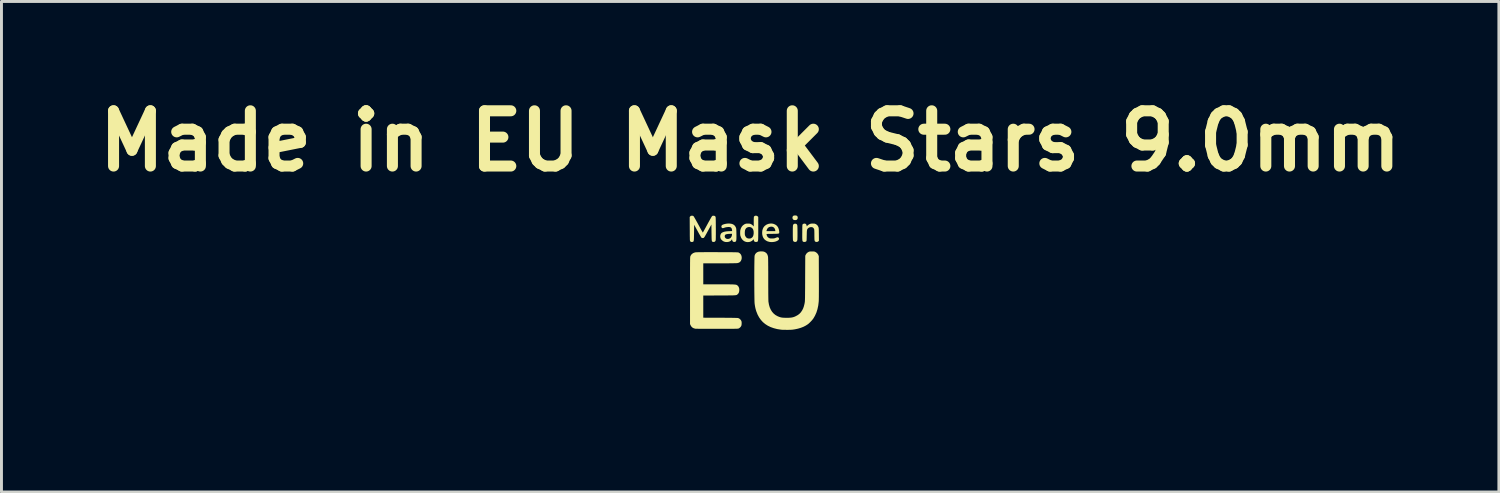
<source format=kicad_pcb>
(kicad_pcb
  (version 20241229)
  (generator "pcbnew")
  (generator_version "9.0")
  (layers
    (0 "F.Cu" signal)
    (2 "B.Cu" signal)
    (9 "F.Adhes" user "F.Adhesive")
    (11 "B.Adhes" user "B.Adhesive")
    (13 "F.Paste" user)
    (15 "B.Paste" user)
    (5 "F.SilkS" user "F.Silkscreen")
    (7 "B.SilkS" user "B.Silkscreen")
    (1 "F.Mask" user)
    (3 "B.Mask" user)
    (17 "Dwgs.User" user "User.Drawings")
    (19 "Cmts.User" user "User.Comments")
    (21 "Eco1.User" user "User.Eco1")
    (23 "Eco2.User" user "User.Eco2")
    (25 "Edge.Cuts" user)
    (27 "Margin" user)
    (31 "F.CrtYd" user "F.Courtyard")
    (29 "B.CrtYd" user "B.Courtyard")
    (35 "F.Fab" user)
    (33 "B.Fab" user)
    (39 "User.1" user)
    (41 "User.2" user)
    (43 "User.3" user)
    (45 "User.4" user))
  (footprint "Made in EU Mask Stars 9.0mm"
    (layer "F.Cu")
    (at 22.547 6.263)
    (property "Reference" "Made in EU Mask Stars 9.0mm" (at 0 -4.5 180) (layer "F.SilkS") (effects (font (size 1.885 1.885) (thickness 0.376))))
    (attr board_only exclude_from_pos_files exclude_from_bom)
    (fp_poly (pts (xy 3.308 -2.56) (xy 3.308 -2.559) (xy 3.311 -2.55) (xy 3.317 -2.531) (xy 3.327 -2.501) (xy 3.339 -2.463) (xy 3.354 -2.418) (xy 3.37 -2.368) (xy 3.387 -2.314) (xy 3.389 -2.308) (xy 3.467 -2.067) (xy 3.734 -2.063) (xy 4 -2.06) (xy 3.785 -1.906) (xy 3.738 -1.872) (xy 3.694 -1.841) (xy 3.656 -1.812) (xy 3.623 -1.788) (xy 3.597 -1.769) (xy 3.579 -1.756) (xy 3.571 -1.749) (xy 3.571 -1.749) (xy 3.573 -1.742) (xy 3.578 -1.723) (xy 3.587 -1.695) (xy 3.599 -1.658) (xy 3.613 -1.614) (xy 3.629 -1.565) (xy 3.647 -1.511) (xy 3.65 -1.501) (xy 3.668 -1.446) (xy 3.684 -1.396) (xy 3.698 -1.351) (xy 3.71 -1.313) (xy 3.719 -1.283) (xy 3.725 -1.263) (xy 3.727 -1.254) (xy 3.727 -1.254) (xy 3.722 -1.257) (xy 3.707 -1.268) (xy 3.683 -1.284) (xy 3.652 -1.306) (xy 3.615 -1.333) (xy 3.573 -1.363) (xy 3.527 -1.397) (xy 3.515 -1.405) (xy 3.305 -1.559) (xy 3.104 -1.412) (xy 3.049 -1.372) (xy 3.003 -1.338) (xy 2.967 -1.312) (xy 2.938 -1.291) (xy 2.917 -1.276) (xy 2.901 -1.266) (xy 2.891 -1.259) (xy 2.885 -1.257) (xy 2.882 -1.257) (xy 2.882 -1.259) (xy 2.883 -1.263) (xy 2.883 -1.264) (xy 2.905 -1.329) (xy 2.926 -1.395) (xy 2.946 -1.458) (xy 2.966 -1.519) (xy 2.983 -1.575) (xy 2.999 -1.626) (xy 3.012 -1.67) (xy 3.023 -1.706) (xy 3.031 -1.733) (xy 3.035 -1.75) (xy 3.035 -1.755) (xy 3.029 -1.759) (xy 3.013 -1.771) (xy 2.988 -1.789) (xy 2.956 -1.811) (xy 2.918 -1.839) (xy 2.876 -1.869) (xy 2.829 -1.902) (xy 2.82 -1.909) (xy 2.61 -2.06) (xy 2.876 -2.062) (xy 3.141 -2.063) (xy 3.199 -2.242) (xy 3.222 -2.316) (xy 3.242 -2.377) (xy 3.259 -2.428) (xy 3.272 -2.468) (xy 3.283 -2.5) (xy 3.291 -2.524) (xy 3.297 -2.541) (xy 3.301 -2.552) (xy 3.305 -2.559) (xy 3.307 -2.561)) (stroke (width 0) (type solid)) (fill yes) (layer "F.Mask"))
    (fp_poly (pts (xy 0.009 3.171) (xy 0.015 3.19) (xy 0.024 3.22) (xy 0.036 3.258) (xy 0.051 3.303) (xy 0.067 3.353) (xy 0.084 3.407) (xy 0.087 3.416) (xy 0.165 3.661) (xy 0.429 3.664) (xy 0.693 3.668) (xy 0.495 3.809) (xy 0.449 3.842) (xy 0.406 3.873) (xy 0.368 3.901) (xy 0.335 3.925) (xy 0.309 3.944) (xy 0.291 3.957) (xy 0.283 3.963) (xy 0.268 3.976) (xy 0.345 4.217) (xy 0.363 4.271) (xy 0.379 4.322) (xy 0.394 4.367) (xy 0.406 4.406) (xy 0.416 4.437) (xy 0.423 4.457) (xy 0.426 4.467) (xy 0.426 4.467) (xy 0.426 4.473) (xy 0.42 4.47) (xy 0.411 4.463) (xy 0.393 4.45) (xy 0.367 4.431) (xy 0.335 4.408) (xy 0.299 4.381) (xy 0.259 4.352) (xy 0.218 4.323) (xy 0.177 4.293) (xy 0.138 4.264) (xy 0.101 4.237) (xy 0.068 4.214) (xy 0.041 4.194) (xy 0.022 4.18) (xy 0.011 4.172) (xy 0.009 4.171) (xy 0.003 4.174) (xy -0.013 4.184) (xy -0.037 4.2) (xy -0.068 4.221) (xy -0.104 4.245) (xy -0.143 4.273) (xy -0.185 4.303) (xy -0.228 4.333) (xy -0.271 4.364) (xy -0.311 4.393) (xy -0.349 4.421) (xy -0.382 4.445) (xy -0.409 4.466) (xy -0.415 4.471) (xy -0.422 4.474) (xy -0.421 4.468) (xy -0.421 4.468) (xy -0.418 4.459) (xy -0.412 4.439) (xy -0.402 4.411) (xy -0.39 4.374) (xy -0.377 4.332) (xy -0.362 4.287) (xy -0.347 4.239) (xy -0.331 4.191) (xy -0.317 4.145) (xy -0.303 4.102) (xy -0.291 4.064) (xy -0.281 4.033) (xy -0.274 4.011) (xy -0.271 4.001) (xy -0.262 3.973) (xy -0.477 3.819) (xy -0.692 3.664) (xy -0.427 3.664) (xy -0.162 3.664) (xy -0.114 3.515) (xy -0.097 3.464) (xy -0.08 3.41) (xy -0.063 3.356) (xy -0.047 3.306) (xy -0.033 3.265) (xy -0.032 3.259) (xy -0.02 3.225) (xy -0.01 3.196) (xy -0.002 3.175) (xy 0.004 3.163) (xy 0.006 3.162)) (stroke (width 0) (type solid)) (fill yes) (layer "F.Mask"))
    (fp_poly (pts (xy -1.849 -3.791) (xy -1.833 -3.741) (xy -1.816 -3.689) (xy -1.8 -3.639) (xy -1.786 -3.595) (xy -1.774 -3.558) (xy -1.768 -3.539) (xy -1.741 -3.457) (xy -1.475 -3.455) (xy -1.209 -3.453) (xy -1.4 -3.316) (xy -1.446 -3.284) (xy -1.489 -3.252) (xy -1.528 -3.224) (xy -1.562 -3.2) (xy -1.589 -3.18) (xy -1.607 -3.167) (xy -1.615 -3.161) (xy -1.64 -3.142) (xy -1.56 -2.896) (xy -1.543 -2.841) (xy -1.527 -2.791) (xy -1.512 -2.746) (xy -1.501 -2.707) (xy -1.492 -2.677) (xy -1.486 -2.657) (xy -1.483 -2.648) (xy -1.483 -2.648) (xy -1.489 -2.651) (xy -1.504 -2.661) (xy -1.528 -2.678) (xy -1.559 -2.7) (xy -1.596 -2.726) (xy -1.638 -2.757) (xy -1.683 -2.79) (xy -1.688 -2.794) (xy -1.734 -2.827) (xy -1.777 -2.858) (xy -1.816 -2.886) (xy -1.848 -2.909) (xy -1.874 -2.928) (xy -1.891 -2.94) (xy -1.899 -2.945) (xy -1.9 -2.945) (xy -1.907 -2.942) (xy -1.923 -2.932) (xy -1.948 -2.915) (xy -1.98 -2.893) (xy -2.018 -2.867) (xy -2.061 -2.837) (xy -2.107 -2.803) (xy -2.115 -2.797) (xy -2.162 -2.764) (xy -2.205 -2.732) (xy -2.243 -2.705) (xy -2.275 -2.681) (xy -2.301 -2.663) (xy -2.318 -2.651) (xy -2.326 -2.646) (xy -2.326 -2.646) (xy -2.325 -2.652) (xy -2.32 -2.67) (xy -2.311 -2.697) (xy -2.3 -2.733) (xy -2.287 -2.777) (xy -2.271 -2.826) (xy -2.254 -2.88) (xy -2.25 -2.892) (xy -2.232 -2.947) (xy -2.216 -2.998) (xy -2.201 -3.043) (xy -2.189 -3.081) (xy -2.18 -3.111) (xy -2.173 -3.132) (xy -2.17 -3.141) (xy -2.17 -3.142) (xy -2.176 -3.146) (xy -2.191 -3.158) (xy -2.214 -3.175) (xy -2.245 -3.198) (xy -2.282 -3.225) (xy -2.325 -3.256) (xy -2.371 -3.289) (xy -2.385 -3.299) (xy -2.6 -3.453) (xy -2.333 -3.455) (xy -2.067 -3.457) (xy -2.003 -3.656) (xy -1.987 -3.708) (xy -1.971 -3.759) (xy -1.956 -3.806) (xy -1.942 -3.847) (xy -1.931 -3.881) (xy -1.924 -3.904) (xy -1.922 -3.909) (xy -1.904 -3.962)) (stroke (width 0) (type solid)) (fill yes) (layer "F.Mask"))
    (fp_poly (pts (xy -1.9 2.663) (xy -1.894 2.68) (xy -1.884 2.706) (xy -1.872 2.742) (xy -1.858 2.785) (xy -1.842 2.834) (xy -1.824 2.888) (xy -1.819 2.904) (xy -1.739 3.155) (xy -1.473 3.157) (xy -1.208 3.158) (xy -1.421 3.312) (xy -1.468 3.346) (xy -1.512 3.377) (xy -1.55 3.405) (xy -1.583 3.43) (xy -1.609 3.449) (xy -1.626 3.462) (xy -1.634 3.469) (xy -1.634 3.469) (xy -1.633 3.477) (xy -1.627 3.495) (xy -1.618 3.524) (xy -1.606 3.561) (xy -1.592 3.605) (xy -1.577 3.654) (xy -1.559 3.708) (xy -1.557 3.714) (xy -1.54 3.769) (xy -1.524 3.819) (xy -1.51 3.863) (xy -1.499 3.901) (xy -1.49 3.931) (xy -1.484 3.951) (xy -1.482 3.959) (xy -1.482 3.96) (xy -1.488 3.958) (xy -1.502 3.95) (xy -1.522 3.936) (xy -1.541 3.923) (xy -1.562 3.907) (xy -1.591 3.885) (xy -1.628 3.859) (xy -1.668 3.829) (xy -1.711 3.798) (xy -1.749 3.77) (xy -1.901 3.659) (xy -2.084 3.793) (xy -2.129 3.825) (xy -2.172 3.857) (xy -2.211 3.885) (xy -2.244 3.909) (xy -2.271 3.929) (xy -2.29 3.942) (xy -2.297 3.947) (xy -2.313 3.958) (xy -2.322 3.963) (xy -2.323 3.96) (xy -2.321 3.951) (xy -2.318 3.941) (xy -2.311 3.92) (xy -2.302 3.89) (xy -2.289 3.851) (xy -2.275 3.805) (xy -2.258 3.755) (xy -2.243 3.706) (xy -2.226 3.653) (xy -2.211 3.604) (xy -2.197 3.56) (xy -2.186 3.523) (xy -2.178 3.494) (xy -2.173 3.475) (xy -2.172 3.468) (xy -2.178 3.462) (xy -2.194 3.45) (xy -2.218 3.431) (xy -2.25 3.408) (xy -2.287 3.38) (xy -2.33 3.349) (xy -2.376 3.316) (xy -2.385 3.309) (xy -2.595 3.158) (xy -2.329 3.157) (xy -2.064 3.155) (xy -2.051 3.113) (xy -2.038 3.071) (xy -2.023 3.024) (xy -2.007 2.974) (xy -1.991 2.923) (xy -1.974 2.872) (xy -1.958 2.823) (xy -1.944 2.777) (xy -1.93 2.737) (xy -1.919 2.703) (xy -1.91 2.677) (xy -1.905 2.662) (xy -1.903 2.658)) (stroke (width 0) (type solid)) (fill yes) (layer "F.Mask"))
    (fp_poly (pts (xy 1.909 2.659) (xy 1.912 2.665) (xy 1.916 2.677) (xy 1.922 2.695) (xy 1.93 2.72) (xy 1.941 2.752) (xy 1.954 2.794) (xy 1.971 2.845) (xy 1.991 2.907) (xy 2.014 2.98) (xy 2.019 2.996) (xy 2.071 3.155) (xy 2.335 3.157) (xy 2.6 3.158) (xy 2.391 3.309) (xy 2.344 3.343) (xy 2.301 3.374) (xy 2.262 3.402) (xy 2.229 3.426) (xy 2.203 3.444) (xy 2.185 3.457) (xy 2.177 3.463) (xy 2.176 3.463) (xy 2.177 3.47) (xy 2.182 3.489) (xy 2.19 3.517) (xy 2.201 3.554) (xy 2.214 3.597) (xy 2.23 3.647) (xy 2.247 3.701) (xy 2.251 3.714) (xy 2.269 3.769) (xy 2.285 3.82) (xy 2.299 3.865) (xy 2.311 3.903) (xy 2.32 3.933) (xy 2.326 3.954) (xy 2.329 3.963) (xy 2.329 3.963) (xy 2.323 3.96) (xy 2.308 3.95) (xy 2.284 3.933) (xy 2.253 3.911) (xy 2.216 3.884) (xy 2.174 3.854) (xy 2.128 3.82) (xy 2.117 3.812) (xy 1.907 3.659) (xy 1.873 3.684) (xy 1.828 3.717) (xy 1.781 3.751) (xy 1.734 3.785) (xy 1.688 3.819) (xy 1.643 3.852) (xy 1.601 3.882) (xy 1.564 3.909) (xy 1.532 3.932) (xy 1.507 3.949) (xy 1.491 3.961) (xy 1.484 3.966) (xy 1.483 3.966) (xy 1.482 3.962) (xy 1.483 3.961) (xy 1.485 3.953) (xy 1.491 3.935) (xy 1.5 3.908) (xy 1.512 3.873) (xy 1.525 3.832) (xy 1.54 3.786) (xy 1.555 3.739) (xy 1.571 3.69) (xy 1.586 3.642) (xy 1.601 3.597) (xy 1.614 3.556) (xy 1.625 3.521) (xy 1.634 3.493) (xy 1.639 3.475) (xy 1.641 3.468) (xy 1.641 3.468) (xy 1.636 3.464) (xy 1.621 3.453) (xy 1.597 3.435) (xy 1.566 3.413) (xy 1.529 3.386) (xy 1.487 3.355) (xy 1.441 3.322) (xy 1.427 3.312) (xy 1.214 3.158) (xy 1.479 3.155) (xy 1.745 3.152) (xy 1.825 2.902) (xy 1.842 2.847) (xy 1.859 2.797) (xy 1.874 2.752) (xy 1.887 2.714) (xy 1.897 2.685) (xy 1.904 2.665) (xy 1.907 2.656) (xy 1.908 2.656)) (stroke (width 0) (type solid)) (fill yes) (layer "F.Mask"))
    (fp_poly (pts (xy 0.007 -4.463) (xy 0.013 -4.444) (xy 0.022 -4.416) (xy 0.034 -4.378) (xy 0.048 -4.334) (xy 0.064 -4.284) (xy 0.082 -4.229) (xy 0.086 -4.217) (xy 0.165 -3.969) (xy 0.429 -3.966) (xy 0.693 -3.962) (xy 0.481 -3.81) (xy 0.434 -3.776) (xy 0.39 -3.744) (xy 0.352 -3.716) (xy 0.319 -3.692) (xy 0.294 -3.674) (xy 0.276 -3.66) (xy 0.268 -3.654) (xy 0.268 -3.654) (xy 0.27 -3.647) (xy 0.275 -3.629) (xy 0.284 -3.602) (xy 0.295 -3.568) (xy 0.308 -3.527) (xy 0.322 -3.482) (xy 0.338 -3.434) (xy 0.353 -3.386) (xy 0.369 -3.338) (xy 0.383 -3.293) (xy 0.396 -3.252) (xy 0.408 -3.217) (xy 0.417 -3.189) (xy 0.422 -3.173) (xy 0.424 -3.168) (xy 0.426 -3.163) (xy 0.426 -3.16) (xy 0.424 -3.16) (xy 0.418 -3.162) (xy 0.408 -3.169) (xy 0.392 -3.179) (xy 0.371 -3.195) (xy 0.341 -3.216) (xy 0.304 -3.244) (xy 0.257 -3.278) (xy 0.228 -3.299) (xy 0.183 -3.332) (xy 0.141 -3.362) (xy 0.103 -3.39) (xy 0.071 -3.413) (xy 0.046 -3.432) (xy 0.029 -3.444) (xy 0.023 -3.448) (xy 0.002 -3.463) (xy -0.178 -3.332) (xy -0.223 -3.299) (xy -0.266 -3.268) (xy -0.305 -3.239) (xy -0.339 -3.215) (xy -0.366 -3.195) (xy -0.385 -3.181) (xy -0.391 -3.177) (xy -0.409 -3.164) (xy -0.418 -3.159) (xy -0.421 -3.16) (xy -0.419 -3.168) (xy -0.419 -3.169) (xy -0.416 -3.179) (xy -0.409 -3.199) (xy -0.4 -3.229) (xy -0.388 -3.265) (xy -0.374 -3.308) (xy -0.359 -3.354) (xy -0.344 -3.402) (xy -0.328 -3.451) (xy -0.313 -3.498) (xy -0.299 -3.541) (xy -0.287 -3.58) (xy -0.277 -3.611) (xy -0.269 -3.634) (xy -0.265 -3.647) (xy -0.265 -3.648) (xy -0.269 -3.654) (xy -0.284 -3.666) (xy -0.307 -3.684) (xy -0.338 -3.708) (xy -0.374 -3.736) (xy -0.417 -3.767) (xy -0.463 -3.8) (xy -0.475 -3.809) (xy -0.688 -3.962) (xy -0.425 -3.964) (xy -0.161 -3.966) (xy -0.114 -4.115) (xy -0.097 -4.166) (xy -0.08 -4.22) (xy -0.063 -4.274) (xy -0.047 -4.324) (xy -0.033 -4.365) (xy -0.032 -4.37) (xy -0.02 -4.405) (xy -0.01 -4.435) (xy -0.002 -4.456) (xy 0.003 -4.469) (xy 0.004 -4.471)) (stroke (width 0) (type solid)) (fill yes) (layer "F.Mask"))
    (fp_poly (pts (xy 3.306 1.261) (xy 3.313 1.278) (xy 3.322 1.305) (xy 3.334 1.341) (xy 3.348 1.384) (xy 3.364 1.433) (xy 3.382 1.487) (xy 3.387 1.502) (xy 3.467 1.752) (xy 3.734 1.755) (xy 4.002 1.758) (xy 3.792 1.909) (xy 3.745 1.943) (xy 3.701 1.974) (xy 3.662 2.002) (xy 3.629 2.026) (xy 3.603 2.045) (xy 3.585 2.058) (xy 3.576 2.064) (xy 3.575 2.064) (xy 3.576 2.071) (xy 3.58 2.09) (xy 3.588 2.119) (xy 3.6 2.158) (xy 3.614 2.205) (xy 3.631 2.26) (xy 3.65 2.318) (xy 3.667 2.374) (xy 3.684 2.425) (xy 3.698 2.47) (xy 3.71 2.509) (xy 3.72 2.539) (xy 3.726 2.559) (xy 3.729 2.569) (xy 3.729 2.57) (xy 3.724 2.566) (xy 3.708 2.555) (xy 3.685 2.538) (xy 3.654 2.516) (xy 3.617 2.489) (xy 3.575 2.459) (xy 3.529 2.425) (xy 3.517 2.416) (xy 3.464 2.377) (xy 3.42 2.345) (xy 3.385 2.32) (xy 3.357 2.301) (xy 3.336 2.287) (xy 3.321 2.277) (xy 3.31 2.272) (xy 3.302 2.269) (xy 3.297 2.269) (xy 3.293 2.271) (xy 3.285 2.277) (xy 3.267 2.29) (xy 3.24 2.309) (xy 3.207 2.332) (xy 3.169 2.361) (xy 3.126 2.392) (xy 3.083 2.423) (xy 3.038 2.456) (xy 2.996 2.486) (xy 2.959 2.512) (xy 2.929 2.534) (xy 2.905 2.551) (xy 2.89 2.561) (xy 2.884 2.564) (xy 2.885 2.558) (xy 2.89 2.54) (xy 2.899 2.512) (xy 2.91 2.475) (xy 2.924 2.431) (xy 2.94 2.382) (xy 2.957 2.328) (xy 2.961 2.318) (xy 2.978 2.263) (xy 2.994 2.213) (xy 3.008 2.167) (xy 3.02 2.129) (xy 3.029 2.099) (xy 3.035 2.079) (xy 3.037 2.07) (xy 3.037 2.069) (xy 3.031 2.064) (xy 3.016 2.053) (xy 2.995 2.036) (xy 2.968 2.017) (xy 2.956 2.008) (xy 2.927 1.987) (xy 2.89 1.961) (xy 2.847 1.93) (xy 2.803 1.898) (xy 2.759 1.866) (xy 2.743 1.855) (xy 2.609 1.758) (xy 2.876 1.755) (xy 3.143 1.752) (xy 3.222 1.505) (xy 3.24 1.45) (xy 3.256 1.4) (xy 3.271 1.354) (xy 3.283 1.316) (xy 3.293 1.286) (xy 3.3 1.265) (xy 3.304 1.256) (xy 3.304 1.256)) (stroke (width 0) (type solid)) (fill yes) (layer "F.Mask"))
    (fp_poly (pts (xy -3.297 1.259) (xy -3.294 1.268) (xy -3.287 1.288) (xy -3.278 1.317) (xy -3.266 1.355) (xy -3.251 1.4) (xy -3.235 1.45) (xy -3.217 1.504) (xy -3.215 1.511) (xy -3.138 1.752) (xy -2.87 1.755) (xy -2.603 1.758) (xy -2.817 1.912) (xy -2.864 1.946) (xy -2.908 1.977) (xy -2.947 2.005) (xy -2.98 2.029) (xy -3.006 2.048) (xy -3.024 2.06) (xy -3.033 2.067) (xy -3.033 2.067) (xy -3.032 2.073) (xy -3.026 2.091) (xy -3.018 2.119) (xy -3.007 2.156) (xy -2.993 2.199) (xy -2.977 2.249) (xy -2.96 2.303) (xy -2.955 2.318) (xy -2.937 2.373) (xy -2.921 2.424) (xy -2.906 2.47) (xy -2.894 2.508) (xy -2.885 2.539) (xy -2.878 2.559) (xy -2.876 2.569) (xy -2.876 2.569) (xy -2.881 2.566) (xy -2.896 2.555) (xy -2.92 2.538) (xy -2.951 2.516) (xy -2.987 2.489) (xy -3.029 2.458) (xy -3.074 2.425) (xy -3.081 2.42) (xy -3.128 2.386) (xy -3.17 2.355) (xy -3.209 2.327) (xy -3.242 2.303) (xy -3.268 2.285) (xy -3.285 2.272) (xy -3.294 2.266) (xy -3.294 2.266) (xy -3.301 2.269) (xy -3.318 2.28) (xy -3.343 2.296) (xy -3.375 2.318) (xy -3.413 2.345) (xy -3.455 2.375) (xy -3.502 2.409) (xy -3.513 2.417) (xy -3.56 2.451) (xy -3.603 2.483) (xy -3.641 2.51) (xy -3.674 2.534) (xy -3.699 2.552) (xy -3.716 2.564) (xy -3.724 2.569) (xy -3.724 2.57) (xy -3.723 2.563) (xy -3.717 2.545) (xy -3.708 2.517) (xy -3.696 2.481) (xy -3.682 2.437) (xy -3.666 2.387) (xy -3.649 2.333) (xy -3.645 2.32) (xy -3.627 2.266) (xy -3.611 2.215) (xy -3.597 2.169) (xy -3.585 2.13) (xy -3.576 2.1) (xy -3.57 2.079) (xy -3.568 2.069) (xy -3.568 2.069) (xy -3.574 2.064) (xy -3.589 2.052) (xy -3.614 2.034) (xy -3.645 2.011) (xy -3.683 1.984) (xy -3.725 1.953) (xy -3.772 1.92) (xy -3.783 1.911) (xy -3.996 1.758) (xy -3.728 1.755) (xy -3.461 1.752) (xy -3.408 1.588) (xy -3.392 1.537) (xy -3.375 1.485) (xy -3.359 1.435) (xy -3.345 1.389) (xy -3.333 1.352) (xy -3.328 1.336) (xy -3.318 1.306) (xy -3.309 1.281) (xy -3.302 1.265) (xy -3.297 1.259)) (stroke (width 0) (type solid)) (fill yes) (layer "F.Mask"))
    (fp_poly (pts (xy 1.918 -3.944) (xy 1.924 -3.924) (xy 1.934 -3.894) (xy 1.946 -3.856) (xy 1.961 -3.812) (xy 1.977 -3.761) (xy 1.994 -3.707) (xy 1.996 -3.701) (xy 2.074 -3.46) (xy 2.341 -3.457) (xy 2.608 -3.453) (xy 2.394 -3.3) (xy 2.347 -3.266) (xy 2.303 -3.235) (xy 2.265 -3.207) (xy 2.231 -3.183) (xy 2.205 -3.164) (xy 2.188 -3.151) (xy 2.179 -3.145) (xy 2.179 -3.145) (xy 2.18 -3.138) (xy 2.185 -3.121) (xy 2.194 -3.093) (xy 2.205 -3.056) (xy 2.219 -3.013) (xy 2.235 -2.963) (xy 2.252 -2.909) (xy 2.256 -2.896) (xy 2.274 -2.842) (xy 2.29 -2.791) (xy 2.304 -2.746) (xy 2.316 -2.707) (xy 2.326 -2.677) (xy 2.332 -2.657) (xy 2.334 -2.647) (xy 2.334 -2.647) (xy 2.328 -2.65) (xy 2.313 -2.661) (xy 2.289 -2.677) (xy 2.259 -2.699) (xy 2.222 -2.726) (xy 2.18 -2.756) (xy 2.134 -2.789) (xy 2.127 -2.794) (xy 2.081 -2.828) (xy 2.038 -2.859) (xy 1.999 -2.887) (xy 1.966 -2.91) (xy 1.94 -2.928) (xy 1.922 -2.939) (xy 1.913 -2.944) (xy 1.913 -2.944) (xy 1.905 -2.94) (xy 1.888 -2.929) (xy 1.863 -2.912) (xy 1.831 -2.89) (xy 1.793 -2.863) (xy 1.75 -2.832) (xy 1.704 -2.799) (xy 1.699 -2.795) (xy 1.653 -2.762) (xy 1.61 -2.731) (xy 1.572 -2.703) (xy 1.54 -2.68) (xy 1.515 -2.663) (xy 1.499 -2.651) (xy 1.491 -2.646) (xy 1.491 -2.646) (xy 1.491 -2.651) (xy 1.494 -2.664) (xy 1.503 -2.692) (xy 1.515 -2.727) (xy 1.528 -2.769) (xy 1.543 -2.814) (xy 1.558 -2.863) (xy 1.574 -2.912) (xy 1.589 -2.96) (xy 1.604 -3.006) (xy 1.617 -3.049) (xy 1.628 -3.085) (xy 1.637 -3.114) (xy 1.644 -3.135) (xy 1.646 -3.144) (xy 1.646 -3.145) (xy 1.641 -3.149) (xy 1.625 -3.16) (xy 1.601 -3.177) (xy 1.57 -3.2) (xy 1.533 -3.227) (xy 1.49 -3.257) (xy 1.444 -3.29) (xy 1.431 -3.3) (xy 1.218 -3.453) (xy 1.484 -3.457) (xy 1.751 -3.46) (xy 1.798 -3.607) (xy 1.814 -3.658) (xy 1.832 -3.711) (xy 1.849 -3.765) (xy 1.864 -3.813) (xy 1.877 -3.854) (xy 1.879 -3.858) (xy 1.89 -3.892) (xy 1.9 -3.92) (xy 1.908 -3.941) (xy 1.913 -3.951) (xy 1.915 -3.952)) (stroke (width 0) (type solid)) (fill yes) (layer "F.Mask"))
    (fp_poly (pts (xy -3.296 -2.55) (xy -3.289 -2.532) (xy -3.28 -2.504) (xy -3.268 -2.467) (xy -3.253 -2.423) (xy -3.237 -2.373) (xy -3.22 -2.319) (xy -3.216 -2.307) (xy -3.137 -2.06) (xy -2.872 -2.057) (xy -2.606 -2.053) (xy -2.821 -1.899) (xy -2.875 -1.86) (xy -2.92 -1.828) (xy -2.955 -1.802) (xy -2.983 -1.781) (xy -3.003 -1.765) (xy -3.017 -1.753) (xy -3.025 -1.744) (xy -3.03 -1.738) (xy -3.031 -1.733) (xy -3.03 -1.732) (xy -3.027 -1.721) (xy -3.02 -1.7) (xy -3.011 -1.67) (xy -2.999 -1.633) (xy -2.985 -1.591) (xy -2.97 -1.544) (xy -2.955 -1.496) (xy -2.939 -1.448) (xy -2.925 -1.402) (xy -2.911 -1.359) (xy -2.899 -1.321) (xy -2.889 -1.29) (xy -2.881 -1.267) (xy -2.877 -1.255) (xy -2.877 -1.254) (xy -2.878 -1.249) (xy -2.882 -1.25) (xy -2.889 -1.255) (xy -2.905 -1.266) (xy -2.929 -1.283) (xy -2.959 -1.305) (xy -2.994 -1.331) (xy -3.033 -1.359) (xy -3.073 -1.388) (xy -3.115 -1.418) (xy -3.155 -1.447) (xy -3.193 -1.475) (xy -3.226 -1.499) (xy -3.255 -1.52) (xy -3.276 -1.536) (xy -3.29 -1.546) (xy -3.292 -1.548) (xy -3.299 -1.545) (xy -3.316 -1.535) (xy -3.341 -1.519) (xy -3.373 -1.497) (xy -3.412 -1.47) (xy -3.456 -1.438) (xy -3.504 -1.403) (xy -3.51 -1.399) (xy -3.556 -1.366) (xy -3.6 -1.334) (xy -3.638 -1.306) (xy -3.671 -1.283) (xy -3.697 -1.264) (xy -3.714 -1.252) (xy -3.723 -1.246) (xy -3.723 -1.246) (xy -3.724 -1.251) (xy -3.722 -1.256) (xy -3.719 -1.265) (xy -3.713 -1.285) (xy -3.703 -1.314) (xy -3.691 -1.352) (xy -3.676 -1.397) (xy -3.66 -1.446) (xy -3.643 -1.499) (xy -3.626 -1.552) (xy -3.61 -1.602) (xy -3.596 -1.646) (xy -3.584 -1.683) (xy -3.575 -1.712) (xy -3.568 -1.731) (xy -3.566 -1.738) (xy -3.571 -1.744) (xy -3.585 -1.756) (xy -3.608 -1.774) (xy -3.639 -1.797) (xy -3.676 -1.825) (xy -3.718 -1.856) (xy -3.764 -1.889) (xy -3.778 -1.899) (xy -3.992 -2.053) (xy -3.727 -2.057) (xy -3.462 -2.06) (xy -3.43 -2.16) (xy -3.417 -2.198) (xy -3.402 -2.245) (xy -3.386 -2.297) (xy -3.369 -2.35) (xy -3.352 -2.401) (xy -3.349 -2.41) (xy -3.336 -2.452) (xy -3.323 -2.49) (xy -3.313 -2.52) (xy -3.305 -2.543) (xy -3.3 -2.555) (xy -3.298 -2.557)) (stroke (width 0) (type solid)) (fill yes) (layer "F.Mask"))
    (fp_poly (pts (xy -3.81 -0.646) (xy -3.803 -0.629) (xy -3.794 -0.602) (xy -3.781 -0.567) (xy -3.767 -0.524) (xy -3.751 -0.475) (xy -3.734 -0.421) (xy -3.728 -0.405) (xy -3.648 -0.154) (xy -3.385 -0.154) (xy -3.313 -0.154) (xy -3.253 -0.153) (xy -3.203 -0.153) (xy -3.166 -0.152) (xy -3.14 -0.15) (xy -3.126 -0.149) (xy -3.125 -0.148) (xy -3.131 -0.142) (xy -3.147 -0.13) (xy -3.171 -0.112) (xy -3.203 -0.089) (xy -3.24 -0.061) (xy -3.283 -0.031) (xy -3.329 0.003) (xy -3.336 0.008) (xy -3.383 0.041) (xy -3.425 0.072) (xy -3.463 0.1) (xy -3.495 0.124) (xy -3.52 0.143) (xy -3.537 0.156) (xy -3.543 0.163) (xy -3.544 0.163) (xy -3.542 0.17) (xy -3.536 0.189) (xy -3.527 0.218) (xy -3.515 0.255) (xy -3.501 0.3) (xy -3.486 0.349) (xy -3.468 0.403) (xy -3.466 0.41) (xy -3.449 0.464) (xy -3.433 0.514) (xy -3.419 0.559) (xy -3.407 0.596) (xy -3.399 0.625) (xy -3.393 0.645) (xy -3.391 0.653) (xy -3.391 0.654) (xy -3.397 0.65) (xy -3.412 0.64) (xy -3.436 0.623) (xy -3.467 0.601) (xy -3.504 0.575) (xy -3.546 0.545) (xy -3.592 0.511) (xy -3.6 0.505) (xy -3.652 0.468) (xy -3.698 0.435) (xy -3.738 0.407) (xy -3.77 0.385) (xy -3.795 0.369) (xy -3.811 0.36) (xy -3.816 0.358) (xy -3.824 0.363) (xy -3.841 0.374) (xy -3.866 0.392) (xy -3.898 0.415) (xy -3.936 0.442) (xy -3.978 0.473) (xy -4.021 0.504) (xy -4.075 0.543) (xy -4.118 0.575) (xy -4.153 0.601) (xy -4.18 0.62) (xy -4.2 0.634) (xy -4.215 0.644) (xy -4.224 0.651) (xy -4.23 0.654) (xy -4.233 0.655) (xy -4.233 0.654) (xy -4.234 0.653) (xy -4.232 0.646) (xy -4.226 0.628) (xy -4.217 0.599) (xy -4.205 0.562) (xy -4.191 0.519) (xy -4.175 0.469) (xy -4.158 0.416) (xy -4.157 0.411) (xy -4.139 0.357) (xy -4.123 0.306) (xy -4.109 0.262) (xy -4.097 0.223) (xy -4.088 0.194) (xy -4.082 0.173) (xy -4.08 0.164) (xy -4.08 0.164) (xy -4.085 0.159) (xy -4.1 0.146) (xy -4.123 0.128) (xy -4.154 0.104) (xy -4.191 0.077) (xy -4.234 0.046) (xy -4.279 0.012) (xy -4.287 0.007) (xy -4.334 -0.027) (xy -4.377 -0.058) (xy -4.415 -0.086) (xy -4.448 -0.11) (xy -4.474 -0.129) (xy -4.491 -0.142) (xy -4.498 -0.148) (xy -4.499 -0.148) (xy -4.493 -0.15) (xy -4.475 -0.151) (xy -4.447 -0.152) (xy -4.409 -0.153) (xy -4.363 -0.153) (xy -4.311 -0.154) (xy -4.253 -0.154) (xy -4.238 -0.154) (xy -3.973 -0.154) (xy -3.96 -0.196) (xy -3.946 -0.241) (xy -3.93 -0.291) (xy -3.914 -0.343) (xy -3.897 -0.395) (xy -3.88 -0.447) (xy -3.865 -0.496) (xy -3.85 -0.541) (xy -3.837 -0.58) (xy -3.826 -0.612) (xy -3.818 -0.636) (xy -3.814 -0.649) (xy -3.813 -0.651)) (stroke (width 0) (type solid)) (fill yes) (layer "F.Mask"))
    (fp_poly (pts (xy 3.814 -0.65) (xy 3.821 -0.633) (xy 3.83 -0.608) (xy 3.841 -0.575) (xy 3.853 -0.538) (xy 3.853 -0.538) (xy 3.868 -0.49) (xy 3.886 -0.435) (xy 3.904 -0.377) (xy 3.922 -0.322) (xy 3.932 -0.29) (xy 3.973 -0.161) (xy 4.237 -0.161) (xy 4.295 -0.161) (xy 4.349 -0.16) (xy 4.397 -0.16) (xy 4.437 -0.159) (xy 4.469 -0.158) (xy 4.491 -0.157) (xy 4.501 -0.156) (xy 4.501 -0.156) (xy 4.496 -0.151) (xy 4.481 -0.139) (xy 4.457 -0.121) (xy 4.426 -0.098) (xy 4.389 -0.071) (xy 4.347 -0.041) (xy 4.301 -0.007) (xy 4.29 -0.000097) (xy 4.243 0.034) (xy 4.2 0.065) (xy 4.162 0.093) (xy 4.129 0.118) (xy 4.104 0.137) (xy 4.087 0.151) (xy 4.08 0.158) (xy 4.08 0.159) (xy 4.082 0.167) (xy 4.087 0.186) (xy 4.096 0.215) (xy 4.108 0.253) (xy 4.122 0.297) (xy 4.138 0.347) (xy 4.155 0.401) (xy 4.157 0.406) (xy 4.174 0.46) (xy 4.19 0.51) (xy 4.204 0.554) (xy 4.215 0.591) (xy 4.224 0.62) (xy 4.229 0.64) (xy 4.231 0.648) (xy 4.231 0.648) (xy 4.225 0.645) (xy 4.21 0.634) (xy 4.186 0.618) (xy 4.155 0.596) (xy 4.118 0.569) (xy 4.076 0.539) (xy 4.031 0.506) (xy 4.026 0.502) (xy 3.98 0.469) (xy 3.937 0.438) (xy 3.899 0.41) (xy 3.866 0.386) (xy 3.841 0.368) (xy 3.823 0.356) (xy 3.815 0.351) (xy 3.815 0.351) (xy 3.808 0.354) (xy 3.791 0.364) (xy 3.767 0.381) (xy 3.735 0.403) (xy 3.698 0.429) (xy 3.656 0.459) (xy 3.616 0.488) (xy 3.561 0.529) (xy 3.515 0.562) (xy 3.478 0.589) (xy 3.449 0.61) (xy 3.427 0.625) (xy 3.412 0.636) (xy 3.401 0.643) (xy 3.394 0.647) (xy 3.391 0.648) (xy 3.39 0.647) (xy 3.39 0.647) (xy 3.392 0.639) (xy 3.397 0.621) (xy 3.406 0.592) (xy 3.418 0.555) (xy 3.432 0.512) (xy 3.448 0.462) (xy 3.465 0.408) (xy 3.467 0.403) (xy 3.484 0.349) (xy 3.5 0.299) (xy 3.514 0.254) (xy 3.526 0.216) (xy 3.535 0.186) (xy 3.541 0.166) (xy 3.544 0.157) (xy 3.544 0.157) (xy 3.538 0.152) (xy 3.523 0.14) (xy 3.5 0.122) (xy 3.469 0.099) (xy 3.431 0.071) (xy 3.389 0.041) (xy 3.343 0.007) (xy 3.333 0) (xy 3.286 -0.034) (xy 3.243 -0.065) (xy 3.204 -0.093) (xy 3.172 -0.117) (xy 3.147 -0.135) (xy 3.13 -0.148) (xy 3.122 -0.155) (xy 3.122 -0.155) (xy 3.128 -0.156) (xy 3.147 -0.157) (xy 3.175 -0.157) (xy 3.213 -0.157) (xy 3.259 -0.157) (xy 3.311 -0.157) (xy 3.368 -0.156) (xy 3.382 -0.156) (xy 3.448 -0.155) (xy 3.502 -0.154) (xy 3.545 -0.154) (xy 3.578 -0.154) (xy 3.603 -0.154) (xy 3.621 -0.155) (xy 3.633 -0.156) (xy 3.641 -0.158) (xy 3.646 -0.16) (xy 3.648 -0.163) (xy 3.649 -0.165) (xy 3.652 -0.174) (xy 3.659 -0.194) (xy 3.669 -0.224) (xy 3.682 -0.263) (xy 3.696 -0.308) (xy 3.713 -0.359) (xy 3.73 -0.413) (xy 3.731 -0.417) (xy 3.748 -0.471) (xy 3.764 -0.521) (xy 3.779 -0.565) (xy 3.791 -0.602) (xy 3.801 -0.63) (xy 3.808 -0.649) (xy 3.811 -0.656) (xy 3.811 -0.656)) (stroke (width 0) (type solid)) (fill yes) (layer "F.Mask"))
    (fp_poly (pts (xy 1.562 -1.96) (xy 1.591 -1.952) (xy 1.61 -1.934) (xy 1.62 -1.907) (xy 1.622 -1.884) (xy 1.617 -1.851) (xy 1.6 -1.825) (xy 1.58 -1.81) (xy 1.558 -1.804) (xy 1.529 -1.803) (xy 1.499 -1.807) (xy 1.482 -1.812) (xy 1.461 -1.828) (xy 1.448 -1.851) (xy 1.442 -1.879) (xy 1.444 -1.907) (xy 1.455 -1.933) (xy 1.464 -1.943) (xy 1.478 -1.953) (xy 1.497 -1.959) (xy 1.523 -1.961)) (stroke (width 0) (type solid)) (fill yes) (layer "F.SilkS"))
    (fp_poly (pts (xy 1.566 -1.677) (xy 1.589 -1.662) (xy 1.604 -1.637) (xy 1.608 -1.621) (xy 1.609 -1.606) (xy 1.611 -1.581) (xy 1.612 -1.546) (xy 1.613 -1.503) (xy 1.613 -1.456) (xy 1.614 -1.405) (xy 1.614 -1.353) (xy 1.614 -1.301) (xy 1.614 -1.253) (xy 1.613 -1.21) (xy 1.612 -1.173) (xy 1.611 -1.146) (xy 1.61 -1.129) (xy 1.6 -1.096) (xy 1.587 -1.078) (xy 1.573 -1.066) (xy 1.558 -1.06) (xy 1.536 -1.058) (xy 1.536 -1.058) (xy 1.506 -1.062) (xy 1.485 -1.072) (xy 1.485 -1.072) (xy 1.471 -1.088) (xy 1.461 -1.109) (xy 1.461 -1.111) (xy 1.459 -1.124) (xy 1.457 -1.149) (xy 1.456 -1.184) (xy 1.455 -1.226) (xy 1.454 -1.274) (xy 1.454 -1.325) (xy 1.454 -1.378) (xy 1.454 -1.43) (xy 1.454 -1.481) (xy 1.455 -1.527) (xy 1.456 -1.567) (xy 1.458 -1.599) (xy 1.459 -1.621) (xy 1.461 -1.629) (xy 1.474 -1.657) (xy 1.496 -1.674) (xy 1.527 -1.681) (xy 1.535 -1.681)) (stroke (width 0) (type solid)) (fill yes) (layer "F.SilkS"))
    (fp_poly (pts (xy 0.747 -1.685) (xy 0.802 -1.673) (xy 0.853 -1.651) (xy 0.898 -1.621) (xy 0.934 -1.581) (xy 0.954 -1.548) (xy 0.971 -1.506) (xy 0.984 -1.457) (xy 0.991 -1.411) (xy 0.991 -1.396) (xy 0.991 -1.38) (xy 0.99 -1.367) (xy 0.987 -1.357) (xy 0.98 -1.35) (xy 0.967 -1.344) (xy 0.949 -1.34) (xy 0.923 -1.338) (xy 0.888 -1.336) (xy 0.843 -1.335) (xy 0.786 -1.335) (xy 0.76 -1.334) (xy 0.701 -1.334) (xy 0.654 -1.333) (xy 0.618 -1.333) (xy 0.592 -1.331) (xy 0.574 -1.329) (xy 0.563 -1.325) (xy 0.558 -1.319) (xy 0.557 -1.311) (xy 0.56 -1.301) (xy 0.564 -1.288) (xy 0.567 -1.282) (xy 0.582 -1.247) (xy 0.602 -1.221) (xy 0.631 -1.199) (xy 0.639 -1.195) (xy 0.655 -1.186) (xy 0.669 -1.181) (xy 0.686 -1.178) (xy 0.707 -1.176) (xy 0.737 -1.176) (xy 0.747 -1.176) (xy 0.781 -1.177) (xy 0.807 -1.178) (xy 0.827 -1.182) (xy 0.846 -1.188) (xy 0.864 -1.195) (xy 0.898 -1.209) (xy 0.924 -1.216) (xy 0.942 -1.217) (xy 0.957 -1.212) (xy 0.968 -1.203) (xy 0.982 -1.182) (xy 0.985 -1.16) (xy 0.977 -1.139) (xy 0.959 -1.119) (xy 0.933 -1.101) (xy 0.901 -1.085) (xy 0.862 -1.071) (xy 0.82 -1.061) (xy 0.774 -1.055) (xy 0.727 -1.053) (xy 0.679 -1.056) (xy 0.646 -1.062) (xy 0.583 -1.081) (xy 0.529 -1.111) (xy 0.484 -1.149) (xy 0.449 -1.196) (xy 0.425 -1.252) (xy 0.411 -1.316) (xy 0.408 -1.37) (xy 0.412 -1.427) (xy 0.555 -1.427) (xy 0.706 -1.427) (xy 0.857 -1.427) (xy 0.857 -1.449) (xy 0.854 -1.467) (xy 0.847 -1.491) (xy 0.841 -1.505) (xy 0.818 -1.54) (xy 0.787 -1.564) (xy 0.749 -1.578) (xy 0.735 -1.579) (xy 0.687 -1.577) (xy 0.644 -1.564) (xy 0.608 -1.539) (xy 0.581 -1.505) (xy 0.563 -1.461) (xy 0.559 -1.449) (xy 0.555 -1.427) (xy 0.412 -1.427) (xy 0.413 -1.44) (xy 0.429 -1.501) (xy 0.455 -1.555) (xy 0.492 -1.601) (xy 0.54 -1.638) (xy 0.573 -1.656) (xy 0.631 -1.677) (xy 0.69 -1.686)) (stroke (width 0) (type solid)) (fill yes) (layer "F.SilkS"))
    (fp_poly (pts (xy 2.166 -1.684) (xy 2.189 -1.683) (xy 2.207 -1.679) (xy 2.225 -1.672) (xy 2.239 -1.666) (xy 2.272 -1.645) (xy 2.298 -1.619) (xy 2.318 -1.585) (xy 2.327 -1.566) (xy 2.331 -1.556) (xy 2.334 -1.545) (xy 2.336 -1.532) (xy 2.338 -1.516) (xy 2.34 -1.495) (xy 2.341 -1.467) (xy 2.342 -1.431) (xy 2.342 -1.385) (xy 2.343 -1.327) (xy 2.343 -1.315) (xy 2.345 -1.098) (xy 2.325 -1.078) (xy 2.301 -1.063) (xy 2.271 -1.057) (xy 2.241 -1.06) (xy 2.22 -1.07) (xy 2.211 -1.076) (xy 2.205 -1.085) (xy 2.2 -1.098) (xy 2.196 -1.116) (xy 2.193 -1.141) (xy 2.192 -1.174) (xy 2.191 -1.217) (xy 2.19 -1.271) (xy 2.19 -1.292) (xy 2.19 -1.348) (xy 2.189 -1.397) (xy 2.188 -1.438) (xy 2.186 -1.468) (xy 2.184 -1.487) (xy 2.183 -1.49) (xy 2.168 -1.522) (xy 2.144 -1.547) (xy 2.113 -1.562) (xy 2.102 -1.564) (xy 2.064 -1.564) (xy 2.025 -1.555) (xy 1.991 -1.538) (xy 1.977 -1.526) (xy 1.964 -1.514) (xy 1.955 -1.502) (xy 1.947 -1.489) (xy 1.942 -1.473) (xy 1.937 -1.452) (xy 1.934 -1.426) (xy 1.932 -1.391) (xy 1.931 -1.347) (xy 1.93 -1.291) (xy 1.929 -1.275) (xy 1.928 -1.22) (xy 1.927 -1.178) (xy 1.926 -1.146) (xy 1.925 -1.122) (xy 1.923 -1.105) (xy 1.921 -1.094) (xy 1.918 -1.086) (xy 1.914 -1.081) (xy 1.912 -1.078) (xy 1.889 -1.064) (xy 1.86 -1.057) (xy 1.83 -1.059) (xy 1.817 -1.062) (xy 1.807 -1.066) (xy 1.798 -1.071) (xy 1.791 -1.08) (xy 1.785 -1.093) (xy 1.781 -1.112) (xy 1.779 -1.137) (xy 1.777 -1.171) (xy 1.776 -1.213) (xy 1.776 -1.265) (xy 1.776 -1.329) (xy 1.777 -1.381) (xy 1.777 -1.448) (xy 1.778 -1.503) (xy 1.778 -1.547) (xy 1.779 -1.581) (xy 1.78 -1.607) (xy 1.781 -1.626) (xy 1.783 -1.64) (xy 1.785 -1.649) (xy 1.787 -1.655) (xy 1.79 -1.66) (xy 1.791 -1.661) (xy 1.813 -1.676) (xy 1.841 -1.683) (xy 1.867 -1.683) (xy 1.895 -1.673) (xy 1.914 -1.652) (xy 1.925 -1.622) (xy 1.925 -1.619) (xy 1.93 -1.589) (xy 1.956 -1.617) (xy 1.981 -1.639) (xy 2.011 -1.658) (xy 2.025 -1.665) (xy 2.046 -1.674) (xy 2.065 -1.68) (xy 2.086 -1.683) (xy 2.112 -1.684) (xy 2.134 -1.685)) (stroke (width 0) (type solid)) (fill yes) (layer "F.SilkS"))
    (fp_poly (pts (xy 0.222 -1.95) (xy 0.247 -1.938) (xy 0.256 -1.93) (xy 0.275 -1.909) (xy 0.275 -1.51) (xy 0.275 -1.424) (xy 0.275 -1.35) (xy 0.274 -1.288) (xy 0.274 -1.236) (xy 0.273 -1.193) (xy 0.272 -1.159) (xy 0.27 -1.132) (xy 0.268 -1.112) (xy 0.265 -1.096) (xy 0.262 -1.085) (xy 0.258 -1.078) (xy 0.253 -1.072) (xy 0.247 -1.068) (xy 0.24 -1.065) (xy 0.221 -1.059) (xy 0.195 -1.058) (xy 0.17 -1.06) (xy 0.154 -1.065) (xy 0.14 -1.079) (xy 0.128 -1.101) (xy 0.121 -1.126) (xy 0.121 -1.137) (xy 0.121 -1.155) (xy 0.1 -1.13) (xy 0.064 -1.097) (xy 0.02 -1.072) (xy -0.03 -1.057) (xy -0.083 -1.052) (xy -0.136 -1.058) (xy -0.148 -1.061) (xy -0.199 -1.081) (xy -0.244 -1.113) (xy -0.282 -1.155) (xy -0.312 -1.206) (xy -0.333 -1.265) (xy -0.335 -1.269) (xy -0.339 -1.298) (xy -0.342 -1.335) (xy -0.342 -1.37) (xy -0.184 -1.37) (xy -0.184 -1.335) (xy -0.182 -1.309) (xy -0.179 -1.29) (xy -0.173 -1.273) (xy -0.169 -1.263) (xy -0.145 -1.223) (xy -0.116 -1.195) (xy -0.08 -1.179) (xy -0.037 -1.173) (xy -0.033 -1.173) (xy -0.002 -1.175) (xy 0.026 -1.183) (xy 0.03 -1.185) (xy 0.065 -1.208) (xy 0.092 -1.242) (xy 0.109 -1.285) (xy 0.118 -1.339) (xy 0.119 -1.35) (xy 0.118 -1.411) (xy 0.108 -1.462) (xy 0.089 -1.504) (xy 0.06 -1.535) (xy 0.034 -1.552) (xy -0.003 -1.565) (xy -0.043 -1.567) (xy -0.082 -1.56) (xy -0.117 -1.544) (xy -0.139 -1.526) (xy -0.159 -1.499) (xy -0.173 -1.468) (xy -0.181 -1.43) (xy -0.184 -1.382) (xy -0.184 -1.37) (xy -0.342 -1.37) (xy -0.342 -1.376) (xy -0.341 -1.417) (xy -0.338 -1.452) (xy -0.334 -1.47) (xy -0.314 -1.531) (xy -0.284 -1.583) (xy -0.246 -1.626) (xy -0.2 -1.658) (xy -0.186 -1.665) (xy -0.164 -1.674) (xy -0.146 -1.68) (xy -0.125 -1.683) (xy -0.099 -1.684) (xy -0.077 -1.684) (xy -0.045 -1.684) (xy -0.022 -1.682) (xy -0.004 -1.679) (xy 0.014 -1.672) (xy 0.029 -1.665) (xy 0.055 -1.649) (xy 0.081 -1.629) (xy 0.094 -1.615) (xy 0.121 -1.586) (xy 0.121 -1.744) (xy 0.121 -1.804) (xy 0.122 -1.852) (xy 0.124 -1.888) (xy 0.126 -1.911) (xy 0.128 -1.919) (xy 0.144 -1.938) (xy 0.167 -1.95) (xy 0.195 -1.954)) (stroke (width 0) (type solid)) (fill yes) (layer "F.SilkS"))
    (fp_poly (pts (xy -0.707 -1.686) (xy -0.644 -1.678) (xy -0.591 -1.661) (xy -0.548 -1.634) (xy -0.515 -1.599) (xy -0.49 -1.554) (xy -0.489 -1.551) (xy -0.484 -1.538) (xy -0.48 -1.525) (xy -0.477 -1.51) (xy -0.475 -1.491) (xy -0.474 -1.467) (xy -0.472 -1.436) (xy -0.471 -1.395) (xy -0.47 -1.342) (xy -0.47 -1.338) (xy -0.469 -1.271) (xy -0.469 -1.216) (xy -0.47 -1.171) (xy -0.472 -1.137) (xy -0.476 -1.11) (xy -0.481 -1.091) (xy -0.489 -1.078) (xy -0.498 -1.069) (xy -0.51 -1.063) (xy -0.522 -1.059) (xy -0.556 -1.057) (xy -0.583 -1.067) (xy -0.603 -1.087) (xy -0.614 -1.118) (xy -0.616 -1.128) (xy -0.62 -1.156) (xy -0.634 -1.13) (xy -0.66 -1.099) (xy -0.696 -1.076) (xy -0.739 -1.061) (xy -0.789 -1.054) (xy -0.843 -1.057) (xy -0.852 -1.059) (xy -0.893 -1.07) (xy -0.93 -1.089) (xy -0.966 -1.119) (xy -0.969 -1.122) (xy -0.991 -1.145) (xy -1.005 -1.167) (xy -1.014 -1.193) (xy -1.015 -1.195) (xy -1.023 -1.243) (xy -1.022 -1.253) (xy -0.869 -1.253) (xy -0.866 -1.226) (xy -0.862 -1.215) (xy -0.84 -1.186) (xy -0.811 -1.167) (xy -0.775 -1.16) (xy -0.733 -1.163) (xy -0.722 -1.166) (xy -0.686 -1.182) (xy -0.657 -1.209) (xy -0.636 -1.244) (xy -0.624 -1.285) (xy -0.622 -1.3) (xy -0.62 -1.336) (xy -0.697 -1.334) (xy -0.753 -1.331) (xy -0.799 -1.324) (xy -0.832 -1.314) (xy -0.853 -1.301) (xy -0.853 -1.3) (xy -0.865 -1.279) (xy -0.869 -1.253) (xy -1.022 -1.253) (xy -1.018 -1.289) (xy -1.005 -1.326) (xy -0.992 -1.347) (xy -0.976 -1.364) (xy -0.954 -1.378) (xy -0.931 -1.389) (xy -0.904 -1.4) (xy -0.873 -1.408) (xy -0.836 -1.415) (xy -0.791 -1.42) (xy -0.736 -1.424) (xy -0.711 -1.425) (xy -0.616 -1.429) (xy -0.62 -1.466) (xy -0.627 -1.503) (xy -0.64 -1.53) (xy -0.658 -1.55) (xy -0.665 -1.555) (xy -0.687 -1.563) (xy -0.718 -1.567) (xy -0.755 -1.567) (xy -0.795 -1.563) (xy -0.834 -1.557) (xy -0.87 -1.546) (xy -0.873 -1.545) (xy -0.907 -1.533) (xy -0.932 -1.528) (xy -0.951 -1.53) (xy -0.965 -1.538) (xy -0.971 -1.546) (xy -0.982 -1.569) (xy -0.982 -1.596) (xy -0.972 -1.62) (xy -0.961 -1.632) (xy -0.936 -1.647) (xy -0.9 -1.66) (xy -0.858 -1.671) (xy -0.812 -1.68) (xy -0.765 -1.685) (xy -0.72 -1.687)) (stroke (width 0) (type solid)) (fill yes) (layer "F.SilkS"))
    (fp_poly (pts (xy -1.22 -1.949) (xy -1.199 -1.939) (xy -1.185 -1.919) (xy -1.179 -1.903) (xy -1.178 -1.892) (xy -1.177 -1.87) (xy -1.176 -1.836) (xy -1.175 -1.794) (xy -1.174 -1.745) (xy -1.174 -1.69) (xy -1.173 -1.63) (xy -1.173 -1.568) (xy -1.172 -1.504) (xy -1.172 -1.44) (xy -1.172 -1.378) (xy -1.172 -1.319) (xy -1.173 -1.265) (xy -1.173 -1.217) (xy -1.174 -1.176) (xy -1.175 -1.145) (xy -1.176 -1.125) (xy -1.176 -1.118) (xy -1.187 -1.088) (xy -1.207 -1.068) (xy -1.233 -1.057) (xy -1.265 -1.058) (xy -1.271 -1.06) (xy -1.282 -1.063) (xy -1.29 -1.066) (xy -1.298 -1.072) (xy -1.303 -1.08) (xy -1.308 -1.093) (xy -1.311 -1.111) (xy -1.314 -1.135) (xy -1.316 -1.168) (xy -1.317 -1.209) (xy -1.318 -1.26) (xy -1.319 -1.323) (xy -1.32 -1.377) (xy -1.323 -1.653) (xy -1.42 -1.475) (xy -1.455 -1.411) (xy -1.484 -1.358) (xy -1.508 -1.315) (xy -1.528 -1.28) (xy -1.543 -1.253) (xy -1.556 -1.233) (xy -1.566 -1.218) (xy -1.574 -1.208) (xy -1.58 -1.201) (xy -1.586 -1.197) (xy -1.593 -1.195) (xy -1.597 -1.193) (xy -1.629 -1.19) (xy -1.655 -1.198) (xy -1.667 -1.208) (xy -1.673 -1.217) (xy -1.685 -1.237) (xy -1.701 -1.265) (xy -1.722 -1.301) (xy -1.746 -1.342) (xy -1.772 -1.389) (xy -1.796 -1.433) (xy -1.912 -1.644) (xy -1.916 -1.373) (xy -1.917 -1.301) (xy -1.918 -1.242) (xy -1.919 -1.193) (xy -1.92 -1.155) (xy -1.923 -1.125) (xy -1.926 -1.102) (xy -1.931 -1.086) (xy -1.937 -1.074) (xy -1.945 -1.067) (xy -1.954 -1.062) (xy -1.967 -1.059) (xy -1.981 -1.056) (xy -1.983 -1.055) (xy -1.996 -1.055) (xy -2.014 -1.059) (xy -2.033 -1.068) (xy -2.047 -1.079) (xy -2.05 -1.082) (xy -2.052 -1.087) (xy -2.054 -1.094) (xy -2.055 -1.104) (xy -2.057 -1.118) (xy -2.058 -1.137) (xy -2.059 -1.163) (xy -2.059 -1.196) (xy -2.06 -1.237) (xy -2.061 -1.288) (xy -2.061 -1.349) (xy -2.061 -1.421) (xy -2.062 -1.501) (xy -2.064 -1.909) (xy -2.044 -1.931) (xy -2.031 -1.944) (xy -2.018 -1.95) (xy -2.001 -1.952) (xy -1.987 -1.953) (xy -1.964 -1.952) (xy -1.948 -1.947) (xy -1.936 -1.938) (xy -1.93 -1.933) (xy -1.923 -1.923) (xy -1.91 -1.902) (xy -1.893 -1.872) (xy -1.871 -1.835) (xy -1.846 -1.79) (xy -1.819 -1.741) (xy -1.789 -1.687) (xy -1.765 -1.643) (xy -1.735 -1.588) (xy -1.707 -1.536) (xy -1.682 -1.49) (xy -1.66 -1.451) (xy -1.641 -1.418) (xy -1.627 -1.395) (xy -1.618 -1.38) (xy -1.615 -1.377) (xy -1.611 -1.383) (xy -1.602 -1.401) (xy -1.587 -1.427) (xy -1.568 -1.462) (xy -1.545 -1.504) (xy -1.519 -1.551) (xy -1.491 -1.603) (xy -1.469 -1.643) (xy -1.439 -1.699) (xy -1.41 -1.751) (xy -1.383 -1.8) (xy -1.359 -1.842) (xy -1.339 -1.878) (xy -1.323 -1.905) (xy -1.312 -1.923) (xy -1.308 -1.929) (xy -1.295 -1.943) (xy -1.283 -1.95) (xy -1.267 -1.952) (xy -1.251 -1.953)) (stroke (width 0) (type solid)) (fill yes) (layer "F.SilkS"))
    (fp_poly (pts (xy 0.433 -0.733) (xy 0.459 -0.728) (xy 0.482 -0.721) (xy 0.498 -0.714) (xy 0.539 -0.688) (xy 0.571 -0.654) (xy 0.593 -0.611) (xy 0.607 -0.558) (xy 0.61 -0.541) (xy 0.61 -0.527) (xy 0.611 -0.501) (xy 0.612 -0.463) (xy 0.613 -0.414) (xy 0.614 -0.354) (xy 0.614 -0.286) (xy 0.615 -0.209) (xy 0.615 -0.125) (xy 0.616 -0.034) (xy 0.616 0.063) (xy 0.616 0.166) (xy 0.616 0.218) (xy 0.616 0.355) (xy 0.616 0.479) (xy 0.617 0.59) (xy 0.617 0.687) (xy 0.618 0.771) (xy 0.619 0.842) (xy 0.62 0.899) (xy 0.621 0.942) (xy 0.622 0.973) (xy 0.624 0.988) (xy 0.641 1.086) (xy 0.667 1.175) (xy 0.703 1.255) (xy 0.747 1.325) (xy 0.8 1.385) (xy 0.861 1.435) (xy 0.932 1.475) (xy 0.958 1.486) (xy 0.996 1.501) (xy 1.03 1.512) (xy 1.064 1.52) (xy 1.099 1.525) (xy 1.14 1.528) (xy 1.188 1.53) (xy 1.246 1.531) (xy 1.31 1.53) (xy 1.364 1.527) (xy 1.409 1.522) (xy 1.45 1.514) (xy 1.489 1.503) (xy 1.527 1.488) (xy 1.564 1.47) (xy 1.627 1.435) (xy 1.679 1.395) (xy 1.724 1.348) (xy 1.735 1.334) (xy 1.773 1.277) (xy 1.805 1.215) (xy 1.83 1.145) (xy 1.85 1.066) (xy 1.857 1.033) (xy 1.859 1.021) (xy 1.861 1.009) (xy 1.863 0.996) (xy 1.865 0.982) (xy 1.866 0.966) (xy 1.867 0.947) (xy 1.868 0.924) (xy 1.869 0.897) (xy 1.87 0.864) (xy 1.871 0.826) (xy 1.871 0.78) (xy 1.872 0.727) (xy 1.872 0.665) (xy 1.873 0.593) (xy 1.874 0.512) (xy 1.874 0.42) (xy 1.875 0.316) (xy 1.875 0.199) (xy 1.875 0.184) (xy 1.879 -0.586) (xy 1.895 -0.621) (xy 1.919 -0.66) (xy 1.954 -0.694) (xy 1.995 -0.719) (xy 2.011 -0.725) (xy 2.028 -0.73) (xy 2.05 -0.732) (xy 2.079 -0.733) (xy 2.107 -0.733) (xy 2.143 -0.733) (xy 2.169 -0.732) (xy 2.189 -0.729) (xy 2.205 -0.725) (xy 2.221 -0.718) (xy 2.261 -0.693) (xy 2.296 -0.659) (xy 2.322 -0.62) (xy 2.326 -0.61) (xy 2.341 -0.573) (xy 2.343 0.157) (xy 2.344 0.296) (xy 2.344 0.421) (xy 2.344 0.534) (xy 2.344 0.633) (xy 2.343 0.72) (xy 2.343 0.795) (xy 2.342 0.858) (xy 2.341 0.909) (xy 2.34 0.948) (xy 2.338 0.975) (xy 2.338 0.981) (xy 2.322 1.113) (xy 2.295 1.237) (xy 2.259 1.352) (xy 2.211 1.459) (xy 2.158 1.55) (xy 2.132 1.585) (xy 2.099 1.625) (xy 2.061 1.665) (xy 2.022 1.704) (xy 1.985 1.737) (xy 1.97 1.749) (xy 1.899 1.795) (xy 1.818 1.837) (xy 1.728 1.872) (xy 1.63 1.901) (xy 1.527 1.923) (xy 1.439 1.936) (xy 1.408 1.938) (xy 1.366 1.94) (xy 1.318 1.941) (xy 1.266 1.942) (xy 1.212 1.941) (xy 1.161 1.941) (xy 1.114 1.94) (xy 1.075 1.938) (xy 1.048 1.935) (xy 0.921 1.915) (xy 0.804 1.885) (xy 0.697 1.847) (xy 0.6 1.8) (xy 0.512 1.743) (xy 0.433 1.677) (xy 0.364 1.601) (xy 0.304 1.516) (xy 0.253 1.422) (xy 0.212 1.318) (xy 0.208 1.309) (xy 0.192 1.255) (xy 0.178 1.203) (xy 0.167 1.149) (xy 0.157 1.089) (xy 0.15 1.035) (xy 0.149 1.015) (xy 0.147 0.982) (xy 0.146 0.94) (xy 0.145 0.887) (xy 0.144 0.826) (xy 0.143 0.757) (xy 0.142 0.682) (xy 0.141 0.602) (xy 0.141 0.517) (xy 0.14 0.429) (xy 0.14 0.338) (xy 0.14 0.246) (xy 0.14 0.154) (xy 0.14 0.063) (xy 0.14 -0.027) (xy 0.141 -0.113) (xy 0.141 -0.196) (xy 0.142 -0.273) (xy 0.143 -0.345) (xy 0.144 -0.409) (xy 0.145 -0.466) (xy 0.146 -0.513) (xy 0.147 -0.55) (xy 0.149 -0.575) (xy 0.15 -0.588) (xy 0.15 -0.589) (xy 0.169 -0.637) (xy 0.198 -0.676) (xy 0.235 -0.705) (xy 0.282 -0.725) (xy 0.338 -0.735) (xy 0.398 -0.735)) (stroke (width 0) (type solid)) (fill yes) (layer "F.SilkS"))
    (fp_poly (pts (xy -1.243 -0.709) (xy -1.119 -0.709) (xy -1.007 -0.708) (xy -0.907 -0.708) (xy -0.82 -0.708) (xy -0.743 -0.707) (xy -0.677 -0.707) (xy -0.62 -0.707) (xy -0.571 -0.706) (xy -0.531 -0.706) (xy -0.498 -0.705) (xy -0.471 -0.704) (xy -0.449 -0.703) (xy -0.432 -0.702) (xy -0.419 -0.701) (xy -0.41 -0.7) (xy -0.402 -0.698) (xy -0.396 -0.696) (xy -0.391 -0.694) (xy -0.389 -0.693) (xy -0.351 -0.668) (xy -0.322 -0.636) (xy -0.302 -0.596) (xy -0.291 -0.552) (xy -0.289 -0.506) (xy -0.297 -0.46) (xy -0.316 -0.415) (xy -0.328 -0.397) (xy -0.354 -0.37) (xy -0.387 -0.35) (xy -0.43 -0.338) (xy -0.443 -0.335) (xy -0.458 -0.334) (xy -0.486 -0.333) (xy -0.527 -0.332) (xy -0.58 -0.331) (xy -0.644 -0.33) (xy -0.719 -0.329) (xy -0.804 -0.329) (xy -0.9 -0.328) (xy -1.005 -0.328) (xy -1.043 -0.328) (xy -1.601 -0.328) (xy -1.601 0.03) (xy -1.601 0.389) (xy -1.073 0.389) (xy -0.971 0.389) (xy -0.882 0.389) (xy -0.804 0.389) (xy -0.736 0.389) (xy -0.679 0.39) (xy -0.63 0.391) (xy -0.59 0.392) (xy -0.556 0.394) (xy -0.529 0.396) (xy -0.507 0.398) (xy -0.489 0.401) (xy -0.475 0.404) (xy -0.464 0.409) (xy -0.454 0.413) (xy -0.445 0.419) (xy -0.44 0.422) (xy -0.411 0.45) (xy -0.389 0.487) (xy -0.375 0.531) (xy -0.371 0.58) (xy -0.375 0.623) (xy -0.383 0.658) (xy -0.393 0.683) (xy -0.407 0.704) (xy -0.423 0.722) (xy -0.431 0.729) (xy -0.439 0.736) (xy -0.446 0.742) (xy -0.455 0.748) (xy -0.465 0.752) (xy -0.478 0.756) (xy -0.496 0.759) (xy -0.517 0.761) (xy -0.544 0.763) (xy -0.578 0.765) (xy -0.619 0.766) (xy -0.668 0.767) (xy -0.726 0.767) (xy -0.794 0.768) (xy -0.872 0.768) (xy -0.963 0.769) (xy -1.053 0.769) (xy -1.601 0.771) (xy -1.601 1.149) (xy -1.601 1.527) (xy -1.017 1.529) (xy -0.908 1.529) (xy -0.812 1.53) (xy -0.729 1.53) (xy -0.656 1.531) (xy -0.594 1.532) (xy -0.543 1.533) (xy -0.501 1.534) (xy -0.467 1.535) (xy -0.441 1.536) (xy -0.423 1.537) (xy -0.411 1.539) (xy -0.407 1.54) (xy -0.37 1.558) (xy -0.337 1.586) (xy -0.312 1.619) (xy -0.309 1.624) (xy -0.3 1.644) (xy -0.294 1.663) (xy -0.292 1.686) (xy -0.291 1.715) (xy -0.293 1.745) (xy -0.295 1.773) (xy -0.3 1.795) (xy -0.301 1.798) (xy -0.317 1.829) (xy -0.343 1.859) (xy -0.373 1.883) (xy -0.389 1.892) (xy -0.393 1.894) (xy -0.399 1.896) (xy -0.405 1.898) (xy -0.413 1.899) (xy -0.424 1.901) (xy -0.439 1.902) (xy -0.457 1.903) (xy -0.481 1.904) (xy -0.51 1.904) (xy -0.546 1.905) (xy -0.589 1.905) (xy -0.64 1.906) (xy -0.701 1.906) (xy -0.77 1.906) (xy -0.851 1.906) (xy -0.943 1.907) (xy -1.046 1.907) (xy -1.132 1.907) (xy -1.23 1.907) (xy -1.325 1.907) (xy -1.415 1.907) (xy -1.5 1.906) (xy -1.579 1.906) (xy -1.65 1.906) (xy -1.713 1.905) (xy -1.767 1.905) (xy -1.812 1.904) (xy -1.845 1.903) (xy -1.867 1.903) (xy -1.876 1.902) (xy -1.928 1.887) (xy -1.969 1.865) (xy -2.002 1.835) (xy -2.029 1.795) (xy -2.031 1.79) (xy -2.053 1.745) (xy -2.053 0.603) (xy -2.053 0.458) (xy -2.053 0.326) (xy -2.053 0.206) (xy -2.053 0.097) (xy -2.053 -0.000484) (xy -2.053 -0.088) (xy -2.053 -0.165) (xy -2.052 -0.234) (xy -2.052 -0.293) (xy -2.052 -0.345) (xy -2.051 -0.39) (xy -2.051 -0.428) (xy -2.05 -0.46) (xy -2.05 -0.486) (xy -2.049 -0.507) (xy -2.048 -0.525) (xy -2.047 -0.538) (xy -2.046 -0.549) (xy -2.045 -0.557) (xy -2.043 -0.563) (xy -2.042 -0.568) (xy -2.04 -0.572) (xy -2.017 -0.616) (xy -1.982 -0.652) (xy -1.939 -0.68) (xy -1.888 -0.699) (xy -1.864 -0.703) (xy -1.849 -0.705) (xy -1.819 -0.706) (xy -1.777 -0.707) (xy -1.721 -0.708) (xy -1.652 -0.708) (xy -1.569 -0.709) (xy -1.474 -0.709) (xy -1.365 -0.709)) (stroke (width 0) (type solid)) (fill yes) (layer "F.SilkS")))
  (gr_rect
    (start -3 -3)
    (end 48.093 13.737)
    (stroke (width 0.1) (type default))
    (fill no)
    (layer "Edge.Cuts")))
</source>
